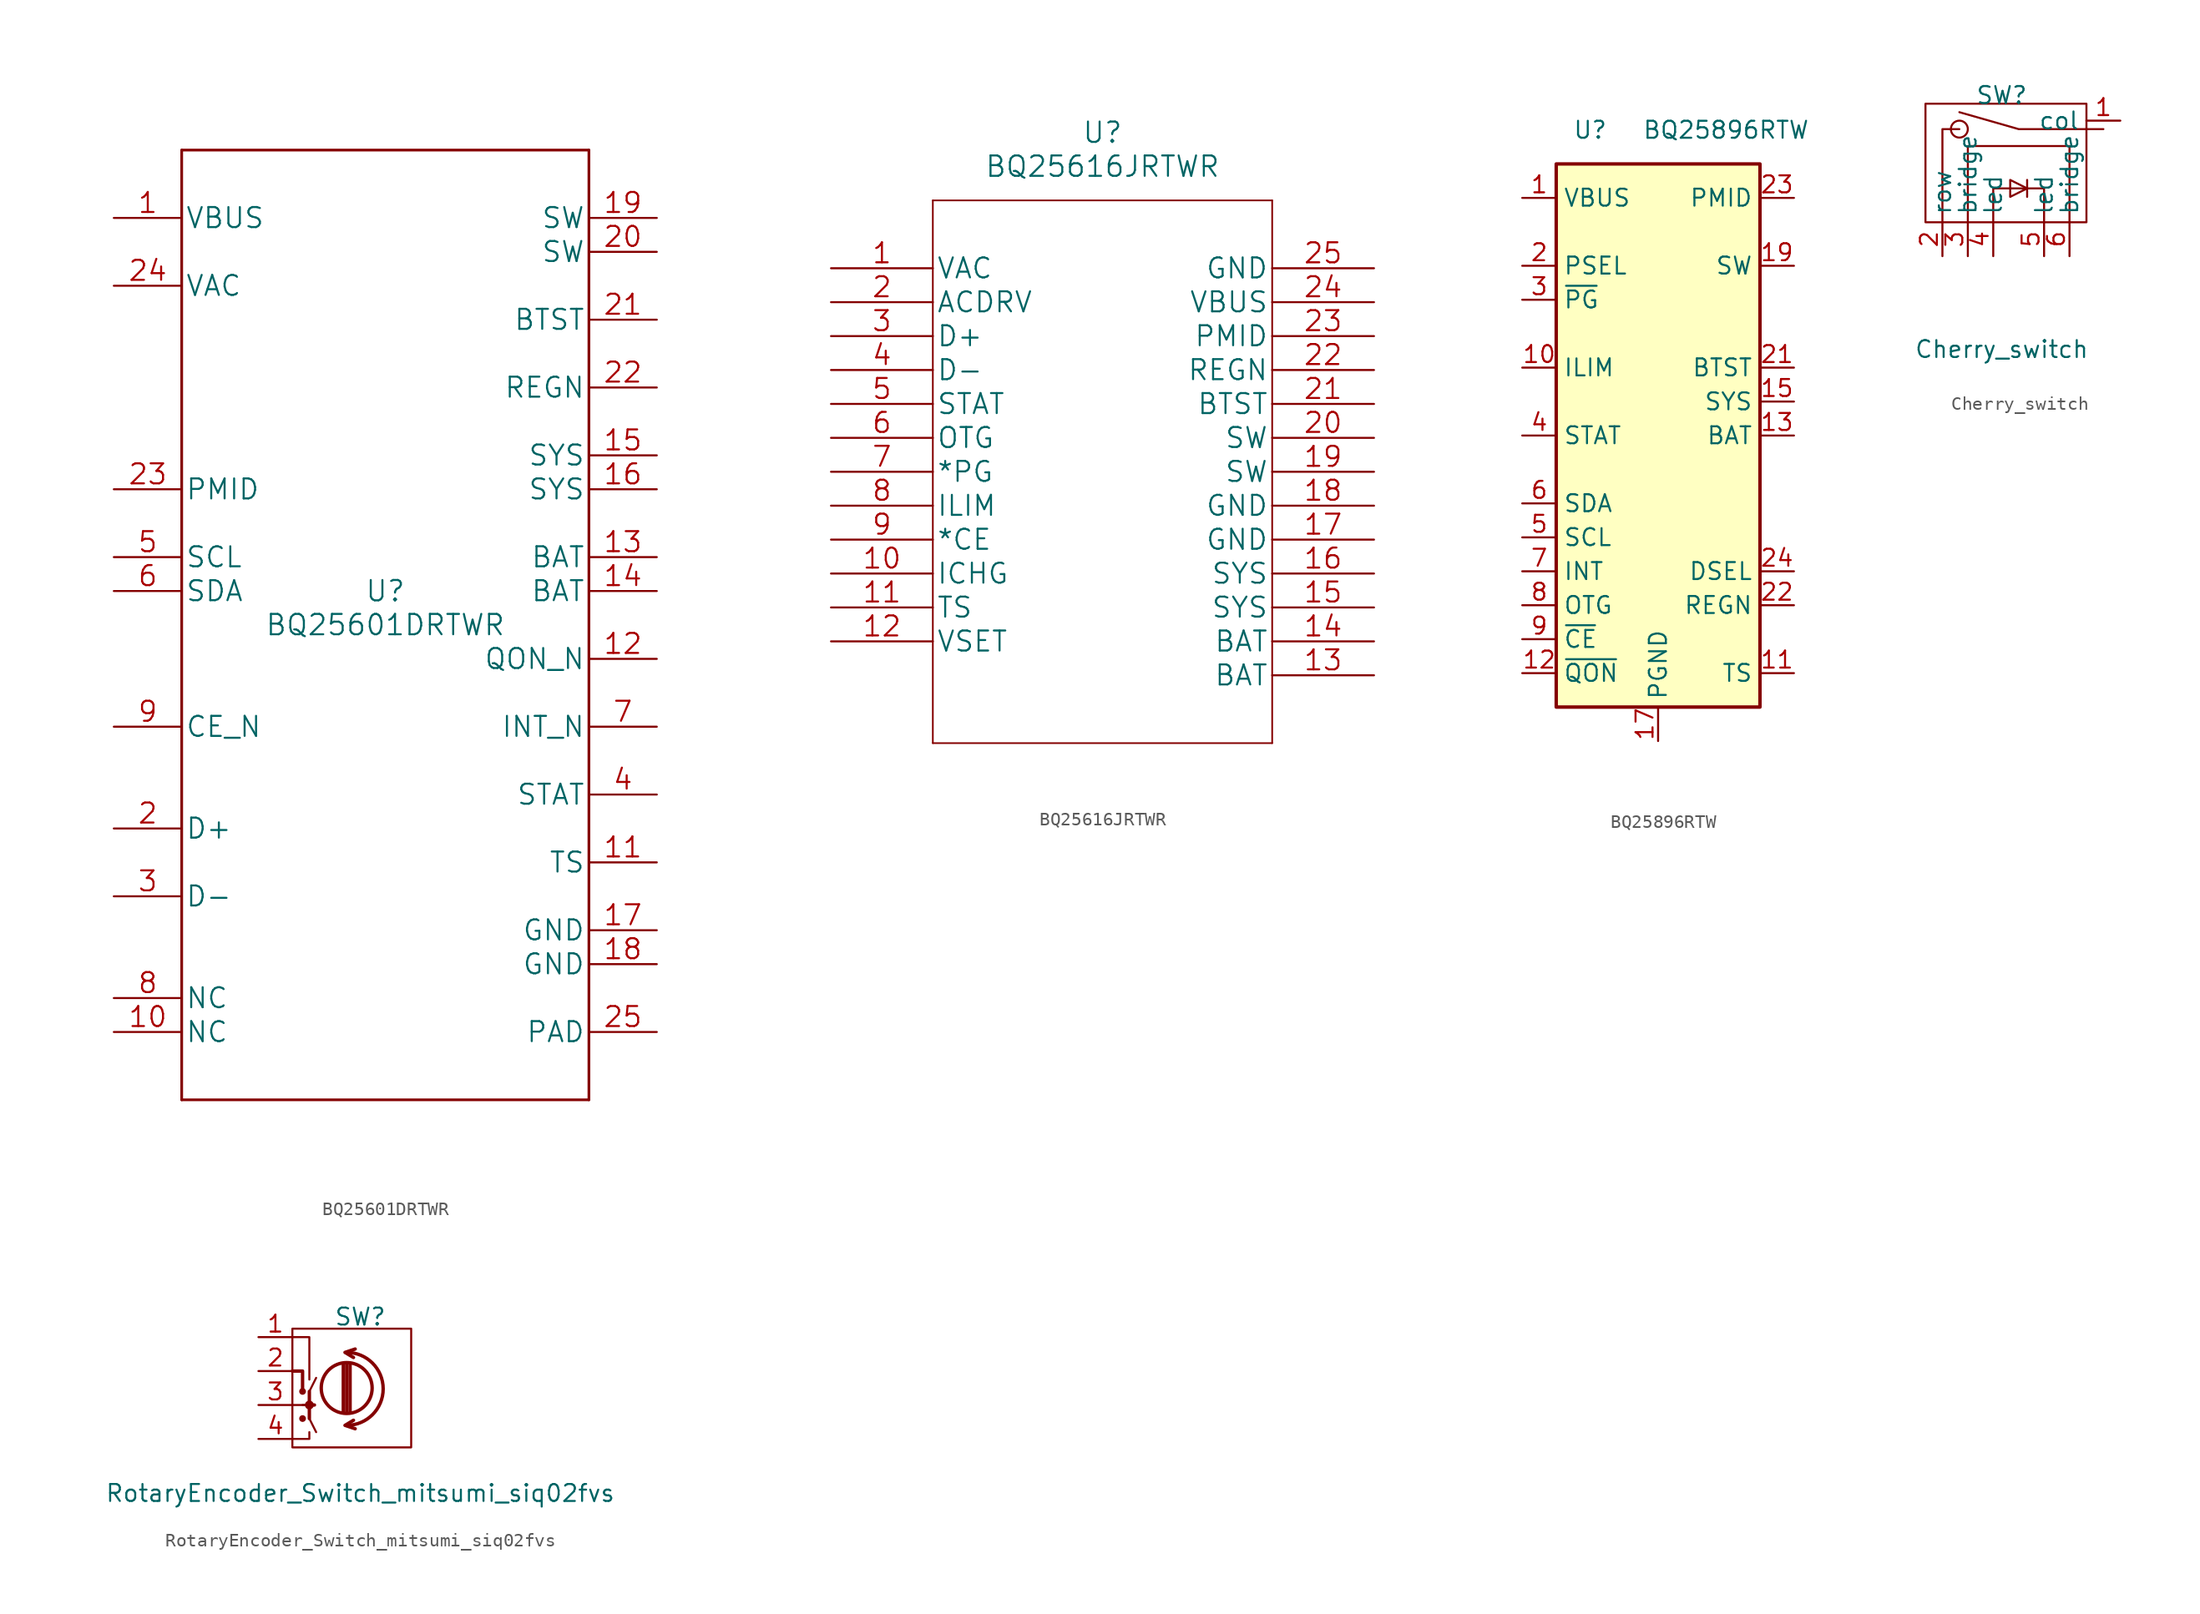
<source format=kicad_sym>
(kicad_symbol_lib
  (version 20201005)
  (generator kicad_symbol_editor)
  (symbol "nicos-parts:BQ25601DRTWR"
    (pin_names
      (offset 0.254))
    (property "Reference" "U"
      (at 0 2.54 0)
      (effects (font (size 1.524 1.524))))
    (property "Value" "BQ25601DRTWR"
      (at 0 0 0)
      (effects (font (size 1.524 1.524))))
    (property "Datasheet" ""
      (at 0 0 0)
      (effects (font (size 1.524 1.524))))
    (property "ki_locked" ""
      (at 0 0 0)
      (effects (font (size 1.27 1.27))))
    (symbol "BQ25601DRTWR_1_1"
      (polyline (pts (xy -15.24 -35.56) (xy 15.24 -35.56)) (stroke (width 0.203)) (fill (type none)))
      (polyline (pts (xy -15.24 35.56) (xy -15.24 -35.56)) (stroke (width 0.203)) (fill (type none)))
      (polyline (pts (xy 15.24 -35.56) (xy 15.24 35.56)) (stroke (width 0.203)) (fill (type none)))
      (polyline (pts (xy 15.24 35.56) (xy -15.24 35.56)) (stroke (width 0.203)) (fill (type none)))
      (pin power_in line (at -20.32 30.48 0) (length 5.08) (name "VBUS" (effects (font (size 1.499 1.499)))) (number "1" (effects (font (size 1.499 1.499)))))
      (pin unspecified line (at -20.32 -30.48 0) (length 5.08) (name "NC" (effects (font (size 1.499 1.499)))) (number "10" (effects (font (size 1.499 1.499)))))
      (pin input line (at 20.32 -17.78 180) (length 5.08) (name "TS" (effects (font (size 1.499 1.499)))) (number "11" (effects (font (size 1.499 1.499)))))
      (pin input line (at 20.32 -2.54 180) (length 5.08) (name "QON_N" (effects (font (size 1.499 1.499)))) (number "12" (effects (font (size 1.499 1.499)))))
      (pin power_in line (at 20.32 5.08 180) (length 5.08) (name "BAT" (effects (font (size 1.499 1.499)))) (number "13" (effects (font (size 1.499 1.499)))))
      (pin power_in line (at 20.32 2.54 180) (length 5.08) (name "BAT" (effects (font (size 1.499 1.499)))) (number "14" (effects (font (size 1.499 1.499)))))
      (pin power_in line (at 20.32 12.7 180) (length 5.08) (name "SYS" (effects (font (size 1.499 1.499)))) (number "15" (effects (font (size 1.499 1.499)))))
      (pin power_in line (at 20.32 10.16 180) (length 5.08) (name "SYS" (effects (font (size 1.499 1.499)))) (number "16" (effects (font (size 1.499 1.499)))))
      (pin power_in line (at 20.32 -22.86 180) (length 5.08) (name "GND" (effects (font (size 1.499 1.499)))) (number "17" (effects (font (size 1.499 1.499)))))
      (pin power_in line (at 20.32 -25.4 180) (length 5.08) (name "GND" (effects (font (size 1.499 1.499)))) (number "18" (effects (font (size 1.499 1.499)))))
      (pin power_in line (at 20.32 30.48 180) (length 5.08) (name "SW" (effects (font (size 1.499 1.499)))) (number "19" (effects (font (size 1.499 1.499)))))
      (pin bidirectional line (at -20.32 -15.24 0) (length 5.08) (name "D+" (effects (font (size 1.499 1.499)))) (number "2" (effects (font (size 1.499 1.499)))))
      (pin power_in line (at 20.32 27.94 180) (length 5.08) (name "SW" (effects (font (size 1.499 1.499)))) (number "20" (effects (font (size 1.499 1.499)))))
      (pin bidirectional line (at 20.32 22.86 180) (length 5.08) (name "BTST" (effects (font (size 1.499 1.499)))) (number "21" (effects (font (size 1.499 1.499)))))
      (pin bidirectional line (at 20.32 17.78 180) (length 5.08) (name "REGN" (effects (font (size 1.499 1.499)))) (number "22" (effects (font (size 1.499 1.499)))))
      (pin output line (at -20.32 10.16 0) (length 5.08) (name "PMID" (effects (font (size 1.499 1.499)))) (number "23" (effects (font (size 1.499 1.499)))))
      (pin input line (at -20.32 25.4 0) (length 5.08) (name "VAC" (effects (font (size 1.499 1.499)))) (number "24" (effects (font (size 1.499 1.499)))))
      (pin power_in line (at 20.32 -30.48 180) (length 5.08) (name "PAD" (effects (font (size 1.499 1.499)))) (number "25" (effects (font (size 1.499 1.499)))))
      (pin bidirectional line (at -20.32 -20.32 0) (length 5.08) (name "D-" (effects (font (size 1.499 1.499)))) (number "3" (effects (font (size 1.499 1.499)))))
      (pin open_collector line (at 20.32 -12.7 180) (length 5.08) (name "STAT" (effects (font (size 1.499 1.499)))) (number "4" (effects (font (size 1.499 1.499)))))
      (pin input line (at -20.32 5.08 0) (length 5.08) (name "SCL" (effects (font (size 1.499 1.499)))) (number "5" (effects (font (size 1.499 1.499)))))
      (pin bidirectional line (at -20.32 2.54 0) (length 5.08) (name "SDA" (effects (font (size 1.499 1.499)))) (number "6" (effects (font (size 1.499 1.499)))))
      (pin open_collector line (at 20.32 -7.62 180) (length 5.08) (name "INT_N" (effects (font (size 1.499 1.499)))) (number "7" (effects (font (size 1.499 1.499)))))
      (pin unspecified line (at -20.32 -27.94 0) (length 5.08) (name "NC" (effects (font (size 1.499 1.499)))) (number "8" (effects (font (size 1.499 1.499)))))
      (pin input line (at -20.32 -7.62 0) (length 5.08) (name "CE_N" (effects (font (size 1.499 1.499)))) (number "9" (effects (font (size 1.499 1.499)))))))
  (symbol "nicos-parts:BQ25616JRTWR"
    (pin_names
      (offset 0.254))
    (property "Reference" "U"
      (at 20.32 10.16 0)
      (effects (font (size 1.524 1.524))))
    (property "Value" "BQ25616JRTWR"
      (at 20.32 7.62 0)
      (effects (font (size 1.524 1.524))))
    (property "Datasheet" ""
      (at 0 0 0)
      (effects (font (size 1.524 1.524))))
    (property "ki_locked" ""
      (at 0 0 0)
      (effects (font (size 1.27 1.27))))
    (symbol "BQ25616JRTWR_1_1"
      (polyline (pts (xy 7.62 -35.56) (xy 33.02 -35.56)) (stroke (width 0.127)) (fill (type none)))
      (polyline (pts (xy 7.62 5.08) (xy 7.62 -35.56)) (stroke (width 0.127)) (fill (type none)))
      (polyline (pts (xy 33.02 -35.56) (xy 33.02 5.08)) (stroke (width 0.127)) (fill (type none)))
      (polyline (pts (xy 33.02 5.08) (xy 7.62 5.08)) (stroke (width 0.127)) (fill (type none)))
      (pin power_in line (at 0 0 0) (length 7.62) (name "VAC" (effects (font (size 1.499 1.499)))) (number "1" (effects (font (size 1.499 1.499)))))
      (pin input line (at 0 -22.86 0) (length 7.62) (name "ICHG" (effects (font (size 1.499 1.499)))) (number "10" (effects (font (size 1.499 1.499)))))
      (pin input line (at 0 -25.4 0) (length 7.62) (name "TS" (effects (font (size 1.499 1.499)))) (number "11" (effects (font (size 1.499 1.499)))))
      (pin input line (at 0 -27.94 0) (length 7.62) (name "VSET" (effects (font (size 1.499 1.499)))) (number "12" (effects (font (size 1.499 1.499)))))
      (pin power_in line (at 40.64 -30.48 180) (length 7.62) (name "BAT" (effects (font (size 1.499 1.499)))) (number "13" (effects (font (size 1.499 1.499)))))
      (pin power_in line (at 40.64 -27.94 180) (length 7.62) (name "BAT" (effects (font (size 1.499 1.499)))) (number "14" (effects (font (size 1.499 1.499)))))
      (pin power_in line (at 40.64 -25.4 180) (length 7.62) (name "SYS" (effects (font (size 1.499 1.499)))) (number "15" (effects (font (size 1.499 1.499)))))
      (pin power_in line (at 40.64 -22.86 180) (length 7.62) (name "SYS" (effects (font (size 1.499 1.499)))) (number "16" (effects (font (size 1.499 1.499)))))
      (pin power_in line (at 40.64 -20.32 180) (length 7.62) (name "GND" (effects (font (size 1.499 1.499)))) (number "17" (effects (font (size 1.499 1.499)))))
      (pin power_in line (at 40.64 -17.78 180) (length 7.62) (name "GND" (effects (font (size 1.499 1.499)))) (number "18" (effects (font (size 1.499 1.499)))))
      (pin power_in line (at 40.64 -15.24 180) (length 7.62) (name "SW" (effects (font (size 1.499 1.499)))) (number "19" (effects (font (size 1.499 1.499)))))
      (pin output line (at 0 -2.54 0) (length 7.62) (name "ACDRV" (effects (font (size 1.499 1.499)))) (number "2" (effects (font (size 1.499 1.499)))))
      (pin power_in line (at 40.64 -12.7 180) (length 7.62) (name "SW" (effects (font (size 1.499 1.499)))) (number "20" (effects (font (size 1.499 1.499)))))
      (pin power_in line (at 40.64 -10.16 180) (length 7.62) (name "BTST" (effects (font (size 1.499 1.499)))) (number "21" (effects (font (size 1.499 1.499)))))
      (pin power_in line (at 40.64 -7.62 180) (length 7.62) (name "REGN" (effects (font (size 1.499 1.499)))) (number "22" (effects (font (size 1.499 1.499)))))
      (pin power_in line (at 40.64 -5.08 180) (length 7.62) (name "PMID" (effects (font (size 1.499 1.499)))) (number "23" (effects (font (size 1.499 1.499)))))
      (pin power_in line (at 40.64 -2.54 180) (length 7.62) (name "VBUS" (effects (font (size 1.499 1.499)))) (number "24" (effects (font (size 1.499 1.499)))))
      (pin power_in line (at 40.64 0 180) (length 7.62) (name "GND" (effects (font (size 1.499 1.499)))) (number "25" (effects (font (size 1.499 1.499)))))
      (pin bidirectional line (at 0 -5.08 0) (length 7.62) (name "D+" (effects (font (size 1.499 1.499)))) (number "3" (effects (font (size 1.499 1.499)))))
      (pin bidirectional line (at 0 -7.62 0) (length 7.62) (name "D-" (effects (font (size 1.499 1.499)))) (number "4" (effects (font (size 1.499 1.499)))))
      (pin output line (at 0 -10.16 0) (length 7.62) (name "STAT" (effects (font (size 1.499 1.499)))) (number "5" (effects (font (size 1.499 1.499)))))
      (pin input line (at 0 -12.7 0) (length 7.62) (name "OTG" (effects (font (size 1.499 1.499)))) (number "6" (effects (font (size 1.499 1.499)))))
      (pin output line (at 0 -15.24 0) (length 7.62) (name "*PG" (effects (font (size 1.499 1.499)))) (number "7" (effects (font (size 1.499 1.499)))))
      (pin input line (at 0 -17.78 0) (length 7.62) (name "ILIM" (effects (font (size 1.499 1.499)))) (number "8" (effects (font (size 1.499 1.499)))))
      (pin input line (at 0 -20.32 0) (length 7.62) (name "*CE" (effects (font (size 1.499 1.499)))) (number "9" (effects (font (size 1.499 1.499)))))))
  (symbol "nicos-parts:BQ25896RTW"
    (property "Reference" "U"
      (at -5.08 22.86 0)
      (effects (font (size 1.27 1.27))))
    (property "Value" "BQ25896RTW"
      (at 5.08 22.86 0)
      (effects (font (size 1.27 1.27))))
    (symbol "BQ25896RTW_0_1"
      (rectangle (start -7.62 20.32) (end 7.62 -20.32) (stroke (width 0.254)) (fill (type background))))
    (symbol "BQ25896RTW_1_1"
      (pin passive line (at -10.16 17.78 0) (length 2.54) (name "VBUS" (effects (font (size 1.27 1.27)))) (number "1" (effects (font (size 1.27 1.27)))))
      (pin passive line (at -10.16 5.08 0) (length 2.54) (name "ILIM" (effects (font (size 1.27 1.27)))) (number "10" (effects (font (size 1.27 1.27)))))
      (pin passive line (at 10.16 -17.78 180) (length 2.54) (name "TS" (effects (font (size 1.27 1.27)))) (number "11" (effects (font (size 1.27 1.27)))))
      (pin input line (at -10.16 -17.78 0) (length 2.54) (name "~QON" (effects (font (size 1.27 1.27)))) (number "12" (effects (font (size 1.27 1.27)))))
      (pin passive line (at 10.16 0 180) (length 2.54) (name "BAT" (effects (font (size 1.27 1.27)))) (number "13" (effects (font (size 1.27 1.27)))))
      (pin passive line (at 10.16 0 180) (length 2.54) hide (name "BAT" (effects (font (size 1.27 1.27)))) (number "14" (effects (font (size 1.27 1.27)))))
      (pin passive line (at 10.16 2.54 180) (length 2.54) (name "SYS" (effects (font (size 1.27 1.27)))) (number "15" (effects (font (size 1.27 1.27)))))
      (pin passive line (at 10.16 2.54 180) (length 2.54) hide (name "SYS" (effects (font (size 1.27 1.27)))) (number "16" (effects (font (size 1.27 1.27)))))
      (pin power_in line (at 0 -22.86 90) (length 2.54) (name "PGND" (effects (font (size 1.27 1.27)))) (number "17" (effects (font (size 1.27 1.27)))))
      (pin passive line (at 0 -22.86 90) (length 2.54) hide (name "PGND" (effects (font (size 1.27 1.27)))) (number "18" (effects (font (size 1.27 1.27)))))
      (pin power_out line (at 10.16 12.7 180) (length 2.54) (name "SW" (effects (font (size 1.27 1.27)))) (number "19" (effects (font (size 1.27 1.27)))))
      (pin bidirectional line (at -10.16 12.7 0) (length 2.54) (name "PSEL" (effects (font (size 1.27 1.27)))) (number "2" (effects (font (size 1.27 1.27)))))
      (pin passive line (at 10.16 12.7 180) (length 2.54) hide (name "SW" (effects (font (size 1.27 1.27)))) (number "20" (effects (font (size 1.27 1.27)))))
      (pin passive line (at 10.16 5.08 180) (length 2.54) (name "BTST" (effects (font (size 1.27 1.27)))) (number "21" (effects (font (size 1.27 1.27)))))
      (pin passive line (at 10.16 -12.7 180) (length 2.54) (name "REGN" (effects (font (size 1.27 1.27)))) (number "22" (effects (font (size 1.27 1.27)))))
      (pin power_out line (at 10.16 17.78 180) (length 2.54) (name "PMID" (effects (font (size 1.27 1.27)))) (number "23" (effects (font (size 1.27 1.27)))))
      (pin open_collector line (at 10.16 -10.16 180) (length 2.54) (name "DSEL" (effects (font (size 1.27 1.27)))) (number "24" (effects (font (size 1.27 1.27)))))
      (pin passive line (at 0 -22.86 90) (length 2.54) hide (name "PGND" (effects (font (size 1.27 1.27)))) (number "25" (effects (font (size 1.27 1.27)))))
      (pin bidirectional line (at -10.16 10.16 0) (length 2.54) (name "~PG" (effects (font (size 1.27 1.27)))) (number "3" (effects (font (size 1.27 1.27)))))
      (pin open_collector line (at -10.16 0 0) (length 2.54) (name "STAT" (effects (font (size 1.27 1.27)))) (number "4" (effects (font (size 1.27 1.27)))))
      (pin input line (at -10.16 -7.62 0) (length 2.54) (name "SCL" (effects (font (size 1.27 1.27)))) (number "5" (effects (font (size 1.27 1.27)))))
      (pin bidirectional line (at -10.16 -5.08 0) (length 2.54) (name "SDA" (effects (font (size 1.27 1.27)))) (number "6" (effects (font (size 1.27 1.27)))))
      (pin open_collector line (at -10.16 -10.16 0) (length 2.54) (name "INT" (effects (font (size 1.27 1.27)))) (number "7" (effects (font (size 1.27 1.27)))))
      (pin input line (at -10.16 -12.7 0) (length 2.54) (name "OTG" (effects (font (size 1.27 1.27)))) (number "8" (effects (font (size 1.27 1.27)))))
      (pin input line (at -10.16 -15.24 0) (length 2.54) (name "~CE" (effects (font (size 1.27 1.27)))) (number "9" (effects (font (size 1.27 1.27)))))))
  (symbol "nicos-parts:Cherry_switch"
    (property "Reference" "SW"
      (at 0 6.35 0)
      (effects (font (size 1.27 1.27))))
    (property "Value" "Cherry_switch"
      (at 0 -12.7 0)
      (effects (font (size 1.27 1.27))))
    (symbol "Cherry_switch_0_1"
      (circle (center -3.175 3.81) (radius 0.635) (stroke (width 0.152)) (fill (type none)))
      (rectangle (start -5.715 5.715) (end 6.35 -3.175) (stroke (width 0.152)) (fill (type none)))
      (polyline (pts (xy 1.905 0) (xy 1.905 -1.27)) (stroke (width 0.152)) (fill (type none)))
      (polyline (pts (xy -4.445 -3.175) (xy -4.445 3.81) (xy -3.175 3.81)) (stroke (width 0.152)) (fill (type none)))
      (polyline (pts (xy 7.62 3.81) (xy 1.27 3.81) (xy -3.175 5.08)) (stroke (width 0.152)) (fill (type none)))
      (polyline (pts (xy -2.54 -3.175) (xy -2.54 2.54) (xy 5.08 2.54) (xy 5.08 -3.175)) (stroke (width 0.152)) (fill (type none)))
      (polyline (pts (xy -0.635 -3.175) (xy -0.635 -0.635) (xy 3.175 -0.635) (xy 3.175 -3.175)) (stroke (width 0.152)) (fill (type none)))
      (polyline (pts (xy 0.635 0) (xy 0.635 -1.27) (xy 1.905 -0.635) (xy 0.635 0)) (stroke (width 0.152)) (fill (type none))))
    (symbol "Cherry_switch_1_1"
      (pin passive line (at 8.89 4.445 180) (length 2.54) (name "col" (effects (font (size 1.27 1.27)))) (number "1" (effects (font (size 1.27 1.27)))))
      (pin passive line (at -4.445 -5.715 90) (length 2.54) (name "row" (effects (font (size 1.27 1.27)))) (number "2" (effects (font (size 1.27 1.27)))))
      (pin passive line (at -2.54 -5.715 90) (length 2.54) (name "bridge" (effects (font (size 1.27 1.27)))) (number "3" (effects (font (size 1.27 1.27)))))
      (pin passive line (at -0.635 -5.715 90) (length 2.54) (name "led" (effects (font (size 1.27 1.27)))) (number "4" (effects (font (size 1.27 1.27)))))
      (pin passive line (at 3.175 -5.715 90) (length 2.54) (name "led" (effects (font (size 1.27 1.27)))) (number "5" (effects (font (size 1.27 1.27)))))
      (pin passive line (at 5.08 -5.715 90) (length 2.54) (name "bridge" (effects (font (size 1.27 1.27)))) (number "6" (effects (font (size 1.27 1.27)))))))
  (symbol "nicos-parts:RotaryEncoder_Switch_mitsumi_siq02fvs"
    (pin_names
      (offset 0.254) hide)
    (property "Reference" "SW"
      (at 0 6.604 0)
      (effects (font (size 1.27 1.27))))
    (property "Value" "RotaryEncoder_Switch_mitsumi_siq02fvs"
      (at 0 -6.604 0)
      (effects (font (size 1.27 1.27))))
    (symbol "RotaryEncoder_Switch_mitsumi_siq02fvs_0_1"
      (arc (start -1.016 -1.524) (end -1.016 3.937) (radius (at -1.016 1.2192) (length 2.7432) (angles -89.9 89.9)) (stroke (width 0.254)) (fill (type none)))
      (circle (center -4.318 -1.016) (radius 0.127) (stroke (width 0.254)) (fill (type none)))
      (circle (center -4.318 1.016) (radius 0.127) (stroke (width 0.254)) (fill (type none)))
      (circle (center -1.016 1.27) (radius 1.905) (stroke (width 0.254)) (fill (type none)))
      (circle (center -3.81 0) (radius 0.254) (stroke (width 0)) (fill (type outline)))
      (rectangle (start -5.08 5.715) (end 3.81 -3.175) (stroke (width 0.152)) (fill (type none)))
      (polyline (pts (xy -3.81 -1.016) (xy -3.81 1.016)) (stroke (width 0.254)) (fill (type none)))
      (polyline (pts (xy -3.81 0) (xy -3.429 0)) (stroke (width 0.254)) (fill (type none)))
      (polyline (pts (xy -1.27 -0.508) (xy -1.27 3.048)) (stroke (width 0.254)) (fill (type none)))
      (polyline (pts (xy -1.016 -0.508) (xy -1.016 3.048)) (stroke (width 0.254)) (fill (type none)))
      (polyline (pts (xy -0.762 3.048) (xy -0.762 -0.508)) (stroke (width 0.254)) (fill (type none)))
      (polyline (pts (xy -5.08 -2.54) (xy -3.81 -2.54) (xy -3.81 -2.032)) (stroke (width 0)) (fill (type none)))
      (polyline (pts (xy -5.08 2.54) (xy -4.318 2.54) (xy -4.318 1.016)) (stroke (width 0.254)) (fill (type none)))
      (polyline (pts (xy -5.08 5.08) (xy -3.81 5.08) (xy -3.81 1.905)) (stroke (width 0)) (fill (type none)))
      (polyline (pts (xy -0.381 -1.778) (xy -1.143 -1.524) (xy -0.508 -1.143)) (stroke (width 0.254)) (fill (type none)))
      (polyline (pts (xy -0.381 4.191) (xy -1.143 3.937) (xy -0.508 3.556)) (stroke (width 0.254)) (fill (type none)))
      (polyline (pts (xy -5.08 0) (xy -3.81 0) (xy -3.81 -1.016) (xy -3.302 -2.032)) (stroke (width 0)) (fill (type none)))
      (polyline (pts (xy -4.318 0) (xy -3.81 0) (xy -3.81 1.016) (xy -3.302 2.032)) (stroke (width 0)) (fill (type none))))
    (symbol "RotaryEncoder_Switch_mitsumi_siq02fvs_1_1"
      (pin passive line (at -7.62 5.08 0) (length 2.54) (name "A" (effects (font (size 1.27 1.27)))) (number "1" (effects (font (size 1.27 1.27)))))
      (pin passive line (at -7.62 2.54 0) (length 2.54) (name "S" (effects (font (size 1.27 1.27)))) (number "2" (effects (font (size 1.27 1.27)))))
      (pin passive line (at -7.62 0 0) (length 2.54) (name "C" (effects (font (size 1.27 1.27)))) (number "3" (effects (font (size 1.27 1.27)))))
      (pin passive line (at -7.62 -2.54 0) (length 2.54) (name "B" (effects (font (size 1.27 1.27)))) (number "4" (effects (font (size 1.27 1.27))))))))
</source>
